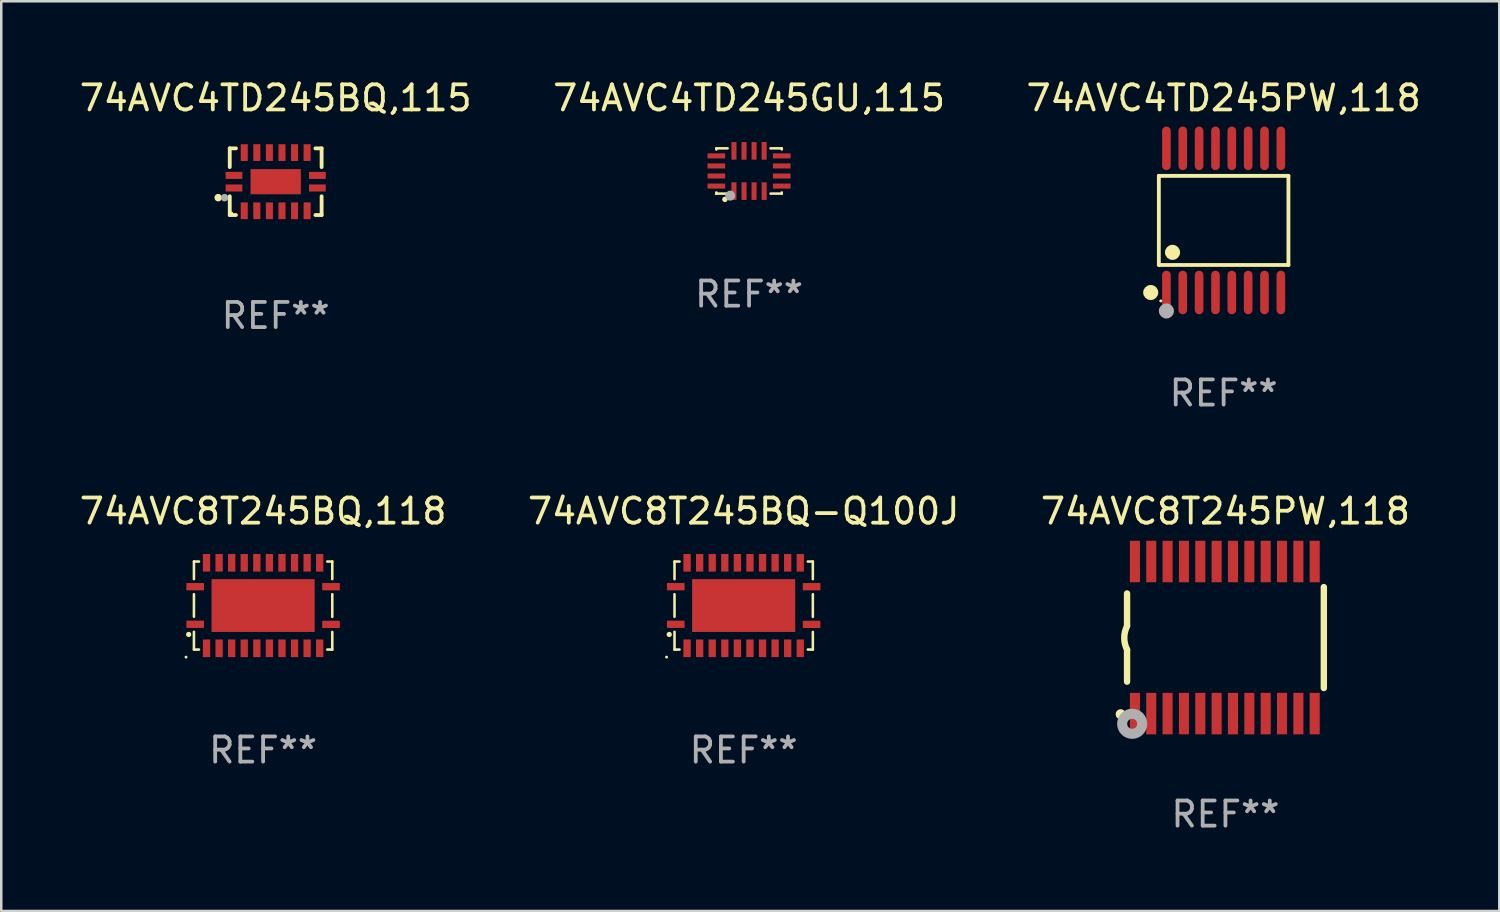
<source format=kicad_pcb>
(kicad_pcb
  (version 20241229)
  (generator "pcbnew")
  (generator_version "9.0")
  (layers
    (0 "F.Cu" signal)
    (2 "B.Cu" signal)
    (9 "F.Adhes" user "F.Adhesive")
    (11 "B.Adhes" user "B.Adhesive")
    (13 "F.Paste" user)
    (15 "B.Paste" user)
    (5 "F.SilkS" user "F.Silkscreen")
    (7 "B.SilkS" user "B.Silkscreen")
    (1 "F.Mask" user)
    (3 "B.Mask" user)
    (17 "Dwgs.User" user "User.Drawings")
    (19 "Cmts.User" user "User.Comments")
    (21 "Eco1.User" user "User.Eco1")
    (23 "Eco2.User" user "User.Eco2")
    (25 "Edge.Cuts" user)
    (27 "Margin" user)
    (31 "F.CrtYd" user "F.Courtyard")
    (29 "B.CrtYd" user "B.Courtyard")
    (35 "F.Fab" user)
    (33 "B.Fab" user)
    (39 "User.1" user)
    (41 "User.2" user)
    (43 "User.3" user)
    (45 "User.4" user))
  (footprint "74AVC4TD245GU,115"
    (layer "F.Cu")
    (at 26.732 3.748)
    (property "Reference" "74AVC4TD245GU,115" (at 0 -2.9 0) (layer "F.SilkS") (effects (font (size 1 1) (thickness 0.15))))
    (attr through_hole)
    (fp_line (start -1.3 -0.9) (end -0.855 -0.9) (stroke (width 0.102) (type solid)) (layer "F.SilkS"))
    (fp_line (start -1.3 -0.855) (end -1.3 -0.9) (stroke (width 0.102) (type solid)) (layer "F.SilkS"))
    (fp_line (start -1.3 0.9) (end -1.3 0.854) (stroke (width 0.102) (type solid)) (layer "F.SilkS"))
    (fp_line (start -1.3 0.9) (end -0.855 0.9) (stroke (width 0.102) (type solid)) (layer "F.SilkS"))
    (fp_line (start 0.855 -0.9) (end 1.3 -0.9) (stroke (width 0.102) (type solid)) (layer "F.SilkS"))
    (fp_line (start 0.856 0.9) (end 1.3 0.9) (stroke (width 0.102) (type solid)) (layer "F.SilkS"))
    (fp_line (start 1.3 -0.9) (end 1.3 -0.855) (stroke (width 0.102) (type solid)) (layer "F.SilkS"))
    (fp_line (start 1.3 0.855) (end 1.3 0.9) (stroke (width 0.102) (type solid)) (layer "F.SilkS"))
    (fp_circle (center -1.3 0.9) (end -1.27 0.9) (stroke (width 0.06) (type solid)) (fill no) (layer "F.SilkS"))
    (fp_circle (center -0.96 1.13) (end -0.903 1.13) (stroke (width 0.102) (type solid)) (fill no) (layer "F.SilkS"))
    (fp_circle (center -0.75 0.98) (end -0.65 0.98) (stroke (width 0.2) (type solid)) (fill no) (layer "F.Fab"))
    (fp_text user "REF**" (at 0 4.9 0) (layer "F.Fab") (effects (font (size 1 1) (thickness 0.15))))
    (pad "1" smd rect (at -0.601 0.8 90) (size 0.701 0.2) (layers "F.Cu" "F.Mask" "F.Paste"))
    (pad "2" smd rect (at -0.2 0.8 90) (size 0.701 0.2) (layers "F.Cu" "F.Mask" "F.Paste"))
    (pad "3" smd rect (at 0.199 0.8 90) (size 0.701 0.2) (layers "F.Cu" "F.Mask" "F.Paste"))
    (pad "4" smd rect (at 0.601 0.8 90) (size 0.701 0.2) (layers "F.Cu" "F.Mask" "F.Paste"))
    (pad "5" smd rect (at 1.3 0.6 180) (size 0.701 0.2) (layers "F.Cu" "F.Mask" "F.Paste"))
    (pad "6" smd rect (at 1.3 0.2 180) (size 0.701 0.2) (layers "F.Cu" "F.Mask" "F.Paste"))
    (pad "7" smd rect (at 1.3 -0.2) (size 0.701 0.2) (layers "F.Cu" "F.Mask" "F.Paste"))
    (pad "8" smd rect (at 1.3 -0.6) (size 0.701 0.2) (layers "F.Cu" "F.Mask" "F.Paste"))
    (pad "9" smd rect (at 0.6 -0.8 90) (size 0.701 0.2) (layers "F.Cu" "F.Mask" "F.Paste"))
    (pad "10" smd rect (at 0.2 -0.8 90) (size 0.701 0.2) (layers "F.Cu" "F.Mask" "F.Paste"))
    (pad "11" smd rect (at -0.2 -0.8 90) (size 0.701 0.2) (layers "F.Cu" "F.Mask" "F.Paste"))
    (pad "12" smd rect (at -0.6 -0.8 90) (size 0.701 0.2) (layers "F.Cu" "F.Mask" "F.Paste"))
    (pad "13" smd rect (at -1.3 -0.6 180) (size 0.701 0.2) (layers "F.Cu" "F.Mask" "F.Paste"))
    (pad "14" smd rect (at -1.3 -0.2 180) (size 0.701 0.2) (layers "F.Cu" "F.Mask" "F.Paste"))
    (pad "15" smd rect (at -1.3 0.2) (size 0.701 0.2) (layers "F.Cu" "F.Mask" "F.Paste"))
    (pad "16" smd rect (at -1.3 0.6) (size 0.701 0.2) (layers "F.Cu" "F.Mask" "F.Paste")))
  (footprint "74AVC4TD245PW,118"
    (layer "F.Cu")
    (at 45.601 5.714)
    (property "Reference" "74AVC4TD245PW,118" (at 0 -4.866 0) (layer "F.SilkS") (effects (font (size 1 1) (thickness 0.15))))
    (attr through_hole)
    (fp_line (start -2.576 -1.772) (end 2.576 -1.772) (stroke (width 0.152) (type solid)) (layer "F.SilkS"))
    (fp_line (start -2.576 1.771) (end -2.576 -1.772) (stroke (width 0.152) (type solid)) (layer "F.SilkS"))
    (fp_line (start 2.576 -1.772) (end 2.576 1.771) (stroke (width 0.152) (type solid)) (layer "F.SilkS"))
    (fp_line (start 2.576 1.771) (end -2.576 1.771) (stroke (width 0.152) (type solid)) (layer "F.SilkS"))
    (fp_circle (center -2.899 2.866) (end -2.749 2.866) (stroke (width 0.3) (type solid)) (fill no) (layer "F.SilkS"))
    (fp_circle (center -2.5 3.2) (end -2.47 3.2) (stroke (width 0.06) (type solid)) (fill no) (layer "F.SilkS"))
    (fp_circle (center -2.032 1.27) (end -1.882 1.27) (stroke (width 0.3) (type solid)) (fill no) (layer "F.SilkS"))
    (fp_circle (center -2.275 3.6) (end -2.125 3.6) (stroke (width 0.3) (type solid)) (fill no) (layer "F.Fab"))
    (fp_text user "REF**" (at 0 6.866 0) (layer "F.Fab") (effects (font (size 1 1) (thickness 0.15))))
    (pad "1" smd oval (at -2.275 2.866) (size 0.343 1.731) (layers "F.Cu" "F.Mask" "F.Paste"))
    (pad "2" smd oval (at -1.625 2.866) (size 0.343 1.731) (layers "F.Cu" "F.Mask" "F.Paste"))
    (pad "3" smd oval (at -0.975 2.866) (size 0.343 1.731) (layers "F.Cu" "F.Mask" "F.Paste"))
    (pad "4" smd oval (at -0.325 2.866) (size 0.343 1.731) (layers "F.Cu" "F.Mask" "F.Paste"))
    (pad "5" smd oval (at 0.325 2.866) (size 0.343 1.731) (layers "F.Cu" "F.Mask" "F.Paste"))
    (pad "6" smd oval (at 0.975 2.866) (size 0.343 1.731) (layers "F.Cu" "F.Mask" "F.Paste"))
    (pad "7" smd oval (at 1.625 2.866) (size 0.343 1.731) (layers "F.Cu" "F.Mask" "F.Paste"))
    (pad "8" smd oval (at 2.275 2.866) (size 0.343 1.731) (layers "F.Cu" "F.Mask" "F.Paste"))
    (pad "9" smd oval (at 2.275 -2.866) (size 0.343 1.731) (layers "F.Cu" "F.Mask" "F.Paste"))
    (pad "10" smd oval (at 1.625 -2.866) (size 0.343 1.731) (layers "F.Cu" "F.Mask" "F.Paste"))
    (pad "11" smd oval (at 0.975 -2.866) (size 0.343 1.731) (layers "F.Cu" "F.Mask" "F.Paste"))
    (pad "12" smd oval (at 0.325 -2.866) (size 0.343 1.731) (layers "F.Cu" "F.Mask" "F.Paste"))
    (pad "13" smd oval (at -0.325 -2.866) (size 0.343 1.731) (layers "F.Cu" "F.Mask" "F.Paste"))
    (pad "14" smd oval (at -0.975 -2.866) (size 0.343 1.731) (layers "F.Cu" "F.Mask" "F.Paste"))
    (pad "15" smd oval (at -1.625 -2.866) (size 0.343 1.731) (layers "F.Cu" "F.Mask" "F.Paste"))
    (pad "16" smd oval (at -2.275 -2.866) (size 0.343 1.731) (layers "F.Cu" "F.Mask" "F.Paste")))
  (footprint "74AVC8T245BQ,118"
    (layer "F.Cu")
    (at 7.411 21.026)
    (property "Reference" "74AVC8T245BQ,118" (at 0 -3.75 0) (layer "F.SilkS") (effects (font (size 1 1) (thickness 0.15))))
    (attr through_hole)
    (fp_line (start -2.75 -1.75) (end -2.75 -1.05) (stroke (width 0.102) (type solid)) (layer "F.SilkS"))
    (fp_line (start -2.75 -1.75) (end -2.55 -1.75) (stroke (width 0.102) (type solid)) (layer "F.SilkS"))
    (fp_line (start -2.75 -0.45) (end -2.75 0.445) (stroke (width 0.102) (type solid)) (layer "F.SilkS"))
    (fp_line (start -2.75 1.75) (end -2.75 1.045) (stroke (width 0.102) (type solid)) (layer "F.SilkS"))
    (fp_line (start -2.55 1.75) (end -2.75 1.75) (stroke (width 0.102) (type solid)) (layer "F.SilkS"))
    (fp_line (start 2.55 -1.75) (end 2.75 -1.75) (stroke (width 0.102) (type solid)) (layer "F.SilkS"))
    (fp_line (start 2.75 -1.75) (end 2.75 -1.05) (stroke (width 0.102) (type solid)) (layer "F.SilkS"))
    (fp_line (start 2.75 -0.45) (end 2.75 0.45) (stroke (width 0.102) (type solid)) (layer "F.SilkS"))
    (fp_line (start 2.75 1.05) (end 2.75 1.75) (stroke (width 0.102) (type solid)) (layer "F.SilkS"))
    (fp_line (start 2.75 1.75) (end 2.55 1.75) (stroke (width 0.102) (type solid)) (layer "F.SilkS"))
    (fp_circle (center -3.065 2.05) (end -3.035 2.05) (stroke (width 0.06) (type solid)) (fill no) (layer "F.SilkS"))
    (fp_circle (center -2.96 1.15) (end -2.906 1.15) (stroke (width 0.102) (type solid)) (fill no) (layer "F.SilkS"))
    (fp_text user "REF**" (at 0 5.75 0) (layer "F.Fab") (effects (font (size 1 1) (thickness 0.15))))
    (pad "1" smd rect (at -2.7 0.745 90) (size 0.29 0.7) (layers "F.Cu" "F.Mask" "F.Paste"))
    (pad "2" smd rect (at -2.25 1.7) (size 0.29 0.7) (layers "F.Cu" "F.Mask" "F.Paste"))
    (pad "3" smd rect (at -1.75 1.7) (size 0.29 0.7) (layers "F.Cu" "F.Mask" "F.Paste"))
    (pad "4" smd rect (at -1.25 1.7) (size 0.29 0.7) (layers "F.Cu" "F.Mask" "F.Paste"))
    (pad "5" smd rect (at -0.75 1.7) (size 0.29 0.7) (layers "F.Cu" "F.Mask" "F.Paste"))
    (pad "6" smd rect (at -0.25 1.7) (size 0.29 0.7) (layers "F.Cu" "F.Mask" "F.Paste"))
    (pad "7" smd rect (at 0.25 1.7) (size 0.29 0.7) (layers "F.Cu" "F.Mask" "F.Paste"))
    (pad "8" smd rect (at 0.75 1.7) (size 0.29 0.7) (layers "F.Cu" "F.Mask" "F.Paste"))
    (pad "9" smd rect (at 1.25 1.7) (size 0.29 0.7) (layers "F.Cu" "F.Mask" "F.Paste"))
    (pad "10" smd rect (at 1.75 1.7) (size 0.29 0.7) (layers "F.Cu" "F.Mask" "F.Paste"))
    (pad "11" smd rect (at 2.25 1.7) (size 0.29 0.7) (layers "F.Cu" "F.Mask" "F.Paste"))
    (pad "12" smd rect (at 2.7 0.75 90) (size 0.29 0.7) (layers "F.Cu" "F.Mask" "F.Paste"))
    (pad "13" smd rect (at 2.7 -0.75 90) (size 0.29 0.7) (layers "F.Cu" "F.Mask" "F.Paste"))
    (pad "14" smd rect (at 2.25 -1.7 180) (size 0.29 0.7) (layers "F.Cu" "F.Mask" "F.Paste"))
    (pad "15" smd rect (at 1.75 -1.7 180) (size 0.29 0.7) (layers "F.Cu" "F.Mask" "F.Paste"))
    (pad "16" smd rect (at 1.25 -1.7 180) (size 0.29 0.7) (layers "F.Cu" "F.Mask" "F.Paste"))
    (pad "17" smd rect (at 0.75 -1.7 180) (size 0.29 0.7) (layers "F.Cu" "F.Mask" "F.Paste"))
    (pad "18" smd rect (at 0.25 -1.7 180) (size 0.29 0.7) (layers "F.Cu" "F.Mask" "F.Paste"))
    (pad "19" smd rect (at -0.25 -1.7 180) (size 0.29 0.7) (layers "F.Cu" "F.Mask" "F.Paste"))
    (pad "20" smd rect (at -0.75 -1.7 180) (size 0.29 0.7) (layers "F.Cu" "F.Mask" "F.Paste"))
    (pad "21" smd rect (at -1.25 -1.7 180) (size 0.29 0.7) (layers "F.Cu" "F.Mask" "F.Paste"))
    (pad "22" smd rect (at -1.75 -1.7 180) (size 0.29 0.7) (layers "F.Cu" "F.Mask" "F.Paste"))
    (pad "23" smd rect (at -2.25 -1.7 180) (size 0.29 0.7) (layers "F.Cu" "F.Mask" "F.Paste"))
    (pad "24" smd rect (at -2.7 -0.75 270) (size 0.29 0.7) (layers "F.Cu" "F.Mask" "F.Paste"))
    (pad "25" smd rect (at 0 0) (size 4.1 2.1) (layers "F.Cu" "F.Mask" "F.Paste")))
  (footprint "74AVC8T245BQ-Q100J"
    (layer "F.Cu")
    (at 26.518 21.026)
    (property "Reference" "74AVC8T245BQ-Q100J" (at 0 -3.75 0) (layer "F.SilkS") (effects (font (size 1 1) (thickness 0.15))))
    (attr through_hole)
    (fp_line (start -2.75 -1.75) (end -2.75 -1.05) (stroke (width 0.102) (type solid)) (layer "F.SilkS"))
    (fp_line (start -2.75 -1.75) (end -2.55 -1.75) (stroke (width 0.102) (type solid)) (layer "F.SilkS"))
    (fp_line (start -2.75 -0.45) (end -2.75 0.445) (stroke (width 0.102) (type solid)) (layer "F.SilkS"))
    (fp_line (start -2.75 1.75) (end -2.75 1.045) (stroke (width 0.102) (type solid)) (layer "F.SilkS"))
    (fp_line (start -2.55 1.75) (end -2.75 1.75) (stroke (width 0.102) (type solid)) (layer "F.SilkS"))
    (fp_line (start 2.55 -1.75) (end 2.75 -1.75) (stroke (width 0.102) (type solid)) (layer "F.SilkS"))
    (fp_line (start 2.75 -1.75) (end 2.75 -1.05) (stroke (width 0.102) (type solid)) (layer "F.SilkS"))
    (fp_line (start 2.75 -0.45) (end 2.75 0.45) (stroke (width 0.102) (type solid)) (layer "F.SilkS"))
    (fp_line (start 2.75 1.05) (end 2.75 1.75) (stroke (width 0.102) (type solid)) (layer "F.SilkS"))
    (fp_line (start 2.75 1.75) (end 2.55 1.75) (stroke (width 0.102) (type solid)) (layer "F.SilkS"))
    (fp_circle (center -3.065 2.05) (end -3.035 2.05) (stroke (width 0.06) (type solid)) (fill no) (layer "F.SilkS"))
    (fp_circle (center -2.96 1.15) (end -2.906 1.15) (stroke (width 0.102) (type solid)) (fill no) (layer "F.SilkS"))
    (fp_text user "REF**" (at 0 5.75 0) (layer "F.Fab") (effects (font (size 1 1) (thickness 0.15))))
    (pad "1" smd rect (at -2.7 0.745 90) (size 0.29 0.7) (layers "F.Cu" "F.Mask" "F.Paste"))
    (pad "2" smd rect (at -2.25 1.7) (size 0.29 0.7) (layers "F.Cu" "F.Mask" "F.Paste"))
    (pad "3" smd rect (at -1.75 1.7) (size 0.29 0.7) (layers "F.Cu" "F.Mask" "F.Paste"))
    (pad "4" smd rect (at -1.25 1.7) (size 0.29 0.7) (layers "F.Cu" "F.Mask" "F.Paste"))
    (pad "5" smd rect (at -0.75 1.7) (size 0.29 0.7) (layers "F.Cu" "F.Mask" "F.Paste"))
    (pad "6" smd rect (at -0.25 1.7) (size 0.29 0.7) (layers "F.Cu" "F.Mask" "F.Paste"))
    (pad "7" smd rect (at 0.25 1.7) (size 0.29 0.7) (layers "F.Cu" "F.Mask" "F.Paste"))
    (pad "8" smd rect (at 0.75 1.7) (size 0.29 0.7) (layers "F.Cu" "F.Mask" "F.Paste"))
    (pad "9" smd rect (at 1.25 1.7) (size 0.29 0.7) (layers "F.Cu" "F.Mask" "F.Paste"))
    (pad "10" smd rect (at 1.75 1.7) (size 0.29 0.7) (layers "F.Cu" "F.Mask" "F.Paste"))
    (pad "11" smd rect (at 2.25 1.7) (size 0.29 0.7) (layers "F.Cu" "F.Mask" "F.Paste"))
    (pad "12" smd rect (at 2.7 0.75 90) (size 0.29 0.7) (layers "F.Cu" "F.Mask" "F.Paste"))
    (pad "13" smd rect (at 2.7 -0.75 90) (size 0.29 0.7) (layers "F.Cu" "F.Mask" "F.Paste"))
    (pad "14" smd rect (at 2.25 -1.7 180) (size 0.29 0.7) (layers "F.Cu" "F.Mask" "F.Paste"))
    (pad "15" smd rect (at 1.75 -1.7 180) (size 0.29 0.7) (layers "F.Cu" "F.Mask" "F.Paste"))
    (pad "16" smd rect (at 1.25 -1.7 180) (size 0.29 0.7) (layers "F.Cu" "F.Mask" "F.Paste"))
    (pad "17" smd rect (at 0.75 -1.7 180) (size 0.29 0.7) (layers "F.Cu" "F.Mask" "F.Paste"))
    (pad "18" smd rect (at 0.25 -1.7 180) (size 0.29 0.7) (layers "F.Cu" "F.Mask" "F.Paste"))
    (pad "19" smd rect (at -0.25 -1.7 180) (size 0.29 0.7) (layers "F.Cu" "F.Mask" "F.Paste"))
    (pad "20" smd rect (at -0.75 -1.7 180) (size 0.29 0.7) (layers "F.Cu" "F.Mask" "F.Paste"))
    (pad "21" smd rect (at -1.25 -1.7 180) (size 0.29 0.7) (layers "F.Cu" "F.Mask" "F.Paste"))
    (pad "22" smd rect (at -1.75 -1.7 180) (size 0.29 0.7) (layers "F.Cu" "F.Mask" "F.Paste"))
    (pad "23" smd rect (at -2.25 -1.7 180) (size 0.29 0.7) (layers "F.Cu" "F.Mask" "F.Paste"))
    (pad "24" smd rect (at -2.7 -0.75 270) (size 0.29 0.7) (layers "F.Cu" "F.Mask" "F.Paste"))
    (pad "25" smd rect (at 0 0) (size 4.1 2.1) (layers "F.Cu" "F.Mask" "F.Paste")))
  (footprint "74AVC8T245PW,118"
    (layer "F.Cu")
    (at 45.673 22.299)
    (property "Reference" "74AVC8T245PW,118" (at 0 -5.023 0) (layer "F.SilkS") (effects (font (size 1 1) (thickness 0.15))))
    (attr through_hole)
    (fp_line (start -3.912 -0.483) (end -3.912 -1.753) (stroke (width 0.254) (type solid)) (layer "F.SilkS"))
    (fp_line (start -3.912 1.753) (end -3.912 0.483) (stroke (width 0.254) (type solid)) (layer "F.SilkS"))
    (fp_line (start 3.912 -2.007) (end 3.912 2.007) (stroke (width 0.254) (type solid)) (layer "F.SilkS"))
    (fp_arc (start -3.911608 0.482601) (mid -4.022537 0.0127) (end -3.911608 -0.457201) (stroke (width 0.254001) (type solid)) (layer "F.SilkS"))
    (fp_circle (center -4.166 3.048) (end -4.066 3.048) (stroke (width 0.2) (type solid)) (fill no) (layer "F.SilkS"))
    (fp_circle (center -3.925 3.186) (end -3.895 3.186) (stroke (width 0.06) (type solid)) (fill no) (layer "F.SilkS"))
    (fp_circle (center -3.708 3.429) (end -3.509 3.429) (stroke (width 0.4) (type solid)) (fill no) (layer "F.Fab"))
    (fp_text user "REF**" (at 0 7.023 0) (layer "F.Fab") (effects (font (size 1 1) (thickness 0.15))))
    (pad "1" smd rect (at -3.6 3.023) (size 0.4 1.65) (layers "F.Cu" "F.Mask" "F.Paste"))
    (pad "2" smd rect (at -2.95 3.023) (size 0.4 1.65) (layers "F.Cu" "F.Mask" "F.Paste"))
    (pad "3" smd rect (at -2.3 3.023) (size 0.4 1.65) (layers "F.Cu" "F.Mask" "F.Paste"))
    (pad "4" smd rect (at -1.65 3.023) (size 0.4 1.65) (layers "F.Cu" "F.Mask" "F.Paste"))
    (pad "5" smd rect (at -1 3.023) (size 0.4 1.65) (layers "F.Cu" "F.Mask" "F.Paste"))
    (pad "6" smd rect (at -0.35 3.023) (size 0.4 1.65) (layers "F.Cu" "F.Mask" "F.Paste"))
    (pad "7" smd rect (at 0.299 3.023) (size 0.4 1.65) (layers "F.Cu" "F.Mask" "F.Paste"))
    (pad "8" smd rect (at 0.95 3.023) (size 0.4 1.65) (layers "F.Cu" "F.Mask" "F.Paste"))
    (pad "9" smd rect (at 1.6 3.023) (size 0.4 1.65) (layers "F.Cu" "F.Mask" "F.Paste"))
    (pad "10" smd rect (at 2.25 3.023) (size 0.4 1.65) (layers "F.Cu" "F.Mask" "F.Paste"))
    (pad "11" smd rect (at 2.9 3.023) (size 0.4 1.65) (layers "F.Cu" "F.Mask" "F.Paste"))
    (pad "12" smd rect (at 3.549 3.023) (size 0.4 1.65) (layers "F.Cu" "F.Mask" "F.Paste"))
    (pad "13" smd rect (at 3.549 -3.023) (size 0.4 1.65) (layers "F.Cu" "F.Mask" "F.Paste"))
    (pad "14" smd rect (at 2.9 -3.023) (size 0.4 1.65) (layers "F.Cu" "F.Mask" "F.Paste"))
    (pad "15" smd rect (at 2.25 -3.023) (size 0.4 1.65) (layers "F.Cu" "F.Mask" "F.Paste"))
    (pad "16" smd rect (at 1.6 -3.023) (size 0.4 1.65) (layers "F.Cu" "F.Mask" "F.Paste"))
    (pad "17" smd rect (at 0.95 -3.023) (size 0.4 1.65) (layers "F.Cu" "F.Mask" "F.Paste"))
    (pad "18" smd rect (at 0.299 -3.023) (size 0.4 1.65) (layers "F.Cu" "F.Mask" "F.Paste"))
    (pad "19" smd rect (at -0.35 -3.023) (size 0.4 1.65) (layers "F.Cu" "F.Mask" "F.Paste"))
    (pad "20" smd rect (at -1 -3.023) (size 0.4 1.65) (layers "F.Cu" "F.Mask" "F.Paste"))
    (pad "21" smd rect (at -1.65 -3.023) (size 0.4 1.65) (layers "F.Cu" "F.Mask" "F.Paste"))
    (pad "22" smd rect (at -2.3 -3.023) (size 0.4 1.65) (layers "F.Cu" "F.Mask" "F.Paste"))
    (pad "23" smd rect (at -2.95 -3.023) (size 0.4 1.65) (layers "F.Cu" "F.Mask" "F.Paste"))
    (pad "24" smd rect (at -3.6 -3.023) (size 0.4 1.65) (layers "F.Cu" "F.Mask" "F.Paste")))
  (footprint "74AVC4TD245BQ,115"
    (layer "F.Cu")
    (at 7.911 4.174)
    (property "Reference" "74AVC4TD245BQ,115" (at 0 -3.326 0) (layer "F.SilkS") (effects (font (size 1 1) (thickness 0.15))))
    (attr through_hole)
    (fp_line (start -1.826 -1.326) (end -1.58 -1.326) (stroke (width 0.152) (type solid)) (layer "F.SilkS"))
    (fp_line (start -1.826 -0.58) (end -1.826 -1.326) (stroke (width 0.152) (type solid)) (layer "F.SilkS"))
    (fp_line (start -1.826 0.58) (end -1.826 1.326) (stroke (width 0.152) (type solid)) (layer "F.SilkS"))
    (fp_line (start -1.826 1.326) (end -1.58 1.326) (stroke (width 0.152) (type solid)) (layer "F.SilkS"))
    (fp_line (start 1.826 -1.326) (end 1.58 -1.326) (stroke (width 0.152) (type solid)) (layer "F.SilkS"))
    (fp_line (start 1.826 -0.58) (end 1.826 -1.326) (stroke (width 0.152) (type solid)) (layer "F.SilkS"))
    (fp_line (start 1.826 0.58) (end 1.826 1.326) (stroke (width 0.152) (type solid)) (layer "F.SilkS"))
    (fp_line (start 1.826 1.326) (end 1.58 1.326) (stroke (width 0.152) (type solid)) (layer "F.SilkS"))
    (fp_circle (center -2.286 0.635) (end -2.211 0.635) (stroke (width 0.15) (type solid)) (fill no) (layer "F.SilkS"))
    (fp_circle (center -1.75 1.25) (end -1.72 1.25) (stroke (width 0.06) (type solid)) (fill no) (layer "F.SilkS"))
    (fp_circle (center -2.032 0.635) (end -1.957 0.635) (stroke (width 0.15) (type solid)) (fill no) (layer "F.Fab"))
    (fp_text user "REF**" (at 0 5.326 0) (layer "F.Fab") (effects (font (size 1 1) (thickness 0.15))))
    (pad "1" smd rect (at -1.658 0.25) (size 0.665 0.28) (layers "F.Cu" "F.Mask" "F.Paste"))
    (pad "2" smd rect (at -1.25 1.157) (size 0.28 0.665) (layers "F.Cu" "F.Mask" "F.Paste"))
    (pad "3" smd rect (at -0.75 1.157) (size 0.28 0.665) (layers "F.Cu" "F.Mask" "F.Paste"))
    (pad "4" smd rect (at -0.25 1.157) (size 0.28 0.665) (layers "F.Cu" "F.Mask" "F.Paste"))
    (pad "5" smd rect (at 0.25 1.157) (size 0.28 0.665) (layers "F.Cu" "F.Mask" "F.Paste"))
    (pad "6" smd rect (at 0.75 1.157) (size 0.28 0.665) (layers "F.Cu" "F.Mask" "F.Paste"))
    (pad "7" smd rect (at 1.25 1.157) (size 0.28 0.665) (layers "F.Cu" "F.Mask" "F.Paste"))
    (pad "8" smd rect (at 1.658 0.25) (size 0.665 0.28) (layers "F.Cu" "F.Mask" "F.Paste"))
    (pad "9" smd rect (at 1.658 -0.25) (size 0.665 0.28) (layers "F.Cu" "F.Mask" "F.Paste"))
    (pad "10" smd rect (at 1.25 -1.157) (size 0.28 0.665) (layers "F.Cu" "F.Mask" "F.Paste"))
    (pad "11" smd rect (at 0.75 -1.157) (size 0.28 0.665) (layers "F.Cu" "F.Mask" "F.Paste"))
    (pad "12" smd rect (at 0.25 -1.157) (size 0.28 0.665) (layers "F.Cu" "F.Mask" "F.Paste"))
    (pad "13" smd rect (at -0.25 -1.157) (size 0.28 0.665) (layers "F.Cu" "F.Mask" "F.Paste"))
    (pad "14" smd rect (at -0.75 -1.157) (size 0.28 0.665) (layers "F.Cu" "F.Mask" "F.Paste"))
    (pad "15" smd rect (at -1.25 -1.157) (size 0.28 0.665) (layers "F.Cu" "F.Mask" "F.Paste"))
    (pad "16" smd rect (at -1.658 -0.25) (size 0.665 0.28) (layers "F.Cu" "F.Mask" "F.Paste"))
    (pad "17" smd rect (at 0 0) (size 2 1) (layers "F.Cu" "F.Mask" "F.Paste")))
  (gr_rect
    (start -3 -3)
    (end 56.56 33.17)
    (stroke (width 0.1) (type default))
    (fill no)
    (layer "Edge.Cuts")))
</source>
